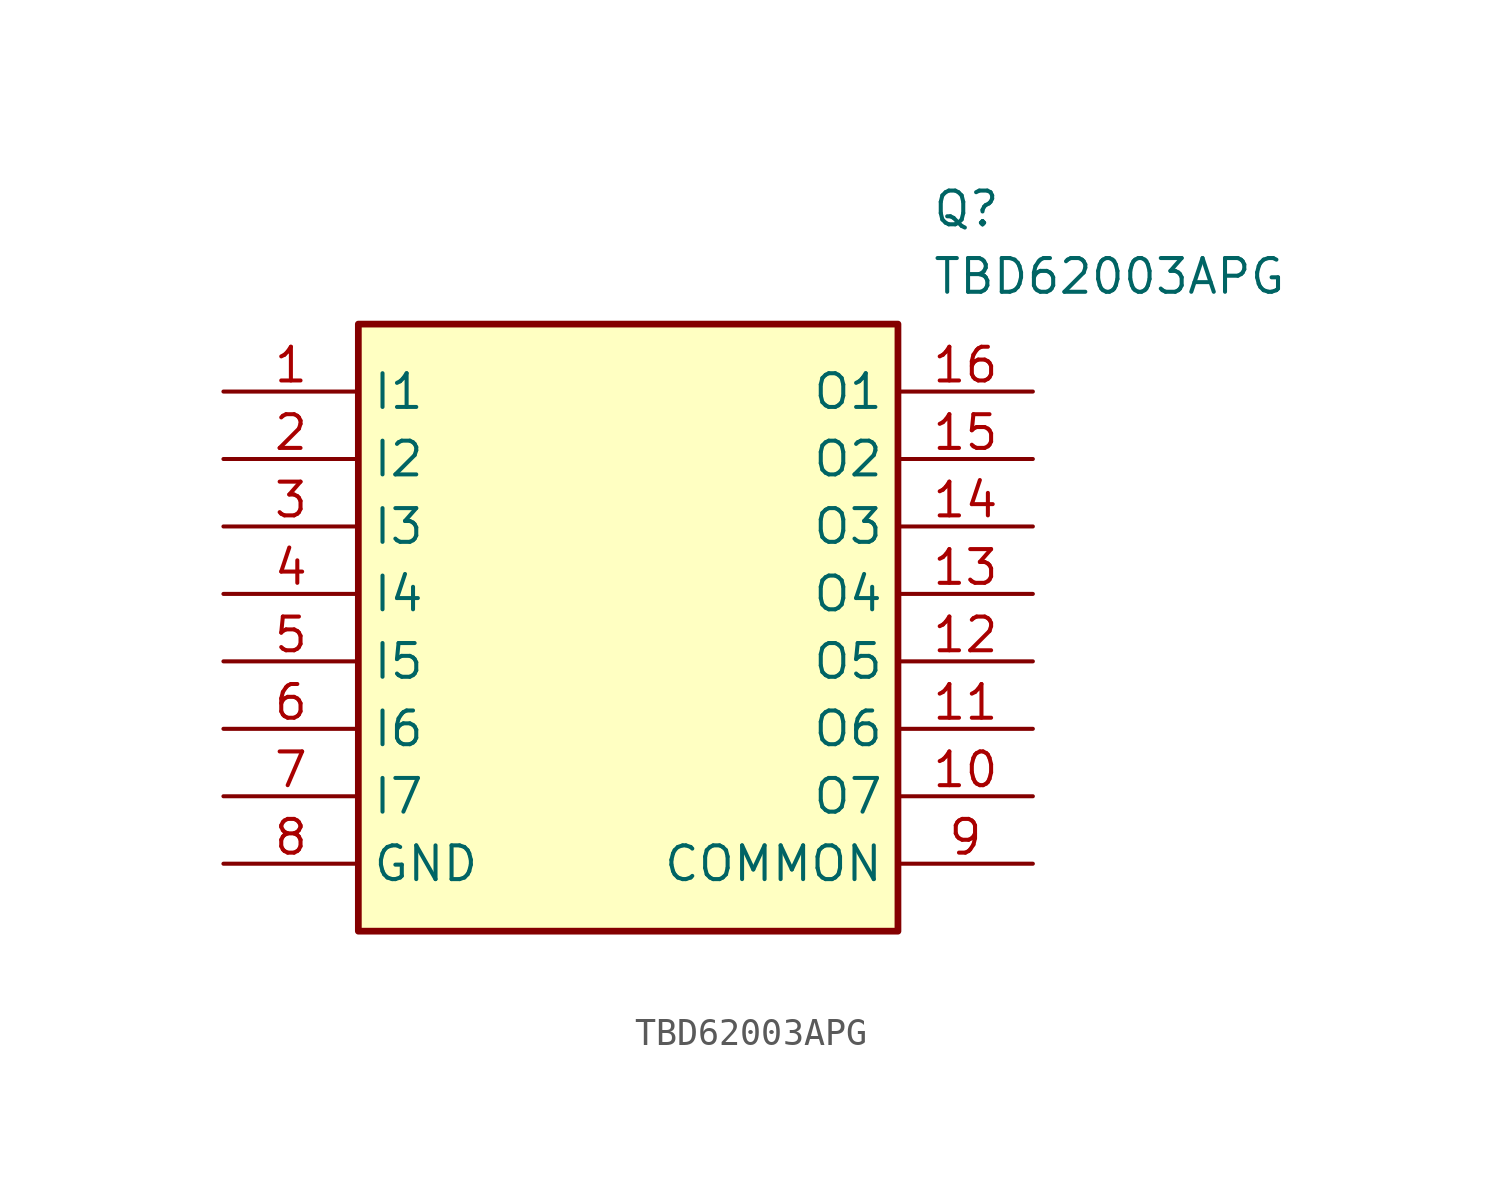
<source format=kicad_sym>
(kicad_symbol_lib
  (version 20211014)
  (generator SamacSys_ECAD_Model)
  (symbol "TBD62003APG"
    (property "Reference" "Q"
      (at 26.67 7.62 0)
      (effects (font (size 1.27 1.27)) (justify left top)))
    (property "Value" "TBD62003APG"
      (at 26.67 5.08 0)
      (effects (font (size 1.27 1.27)) (justify left top)))
    (rectangle
      (start 5.08 2.54)
      (end 25.4 -20.32)
      (stroke (width 0.254) (type default))
      (fill (type background)))
    (pin passive line
      (at 0 0 0)
      (length 5.08)
      (name "I1" (effects (font (size 1.27 1.27))))
      (number "1" (effects (font (size 1.27 1.27)))))
    (pin passive line
      (at 0 -2.54 0)
      (length 5.08)
      (name "I2" (effects (font (size 1.27 1.27))))
      (number "2" (effects (font (size 1.27 1.27)))))
    (pin passive line
      (at 0 -5.08 0)
      (length 5.08)
      (name "I3" (effects (font (size 1.27 1.27))))
      (number "3" (effects (font (size 1.27 1.27)))))
    (pin passive line
      (at 0 -7.62 0)
      (length 5.08)
      (name "I4" (effects (font (size 1.27 1.27))))
      (number "4" (effects (font (size 1.27 1.27)))))
    (pin passive line
      (at 0 -10.16 0)
      (length 5.08)
      (name "I5" (effects (font (size 1.27 1.27))))
      (number "5" (effects (font (size 1.27 1.27)))))
    (pin passive line
      (at 0 -12.7 0)
      (length 5.08)
      (name "I6" (effects (font (size 1.27 1.27))))
      (number "6" (effects (font (size 1.27 1.27)))))
    (pin passive line
      (at 0 -15.24 0)
      (length 5.08)
      (name "I7" (effects (font (size 1.27 1.27))))
      (number "7" (effects (font (size 1.27 1.27)))))
    (pin passive line
      (at 0 -17.78 0)
      (length 5.08)
      (name "GND" (effects (font (size 1.27 1.27))))
      (number "8" (effects (font (size 1.27 1.27)))))
    (pin passive line
      (at 30.48 0 180)
      (length 5.08)
      (name "O1" (effects (font (size 1.27 1.27))))
      (number "16" (effects (font (size 1.27 1.27)))))
    (pin passive line
      (at 30.48 -2.54 180)
      (length 5.08)
      (name "O2" (effects (font (size 1.27 1.27))))
      (number "15" (effects (font (size 1.27 1.27)))))
    (pin passive line
      (at 30.48 -5.08 180)
      (length 5.08)
      (name "O3" (effects (font (size 1.27 1.27))))
      (number "14" (effects (font (size 1.27 1.27)))))
    (pin passive line
      (at 30.48 -7.62 180)
      (length 5.08)
      (name "O4" (effects (font (size 1.27 1.27))))
      (number "13" (effects (font (size 1.27 1.27)))))
    (pin passive line
      (at 30.48 -10.16 180)
      (length 5.08)
      (name "O5" (effects (font (size 1.27 1.27))))
      (number "12" (effects (font (size 1.27 1.27)))))
    (pin passive line
      (at 30.48 -12.7 180)
      (length 5.08)
      (name "O6" (effects (font (size 1.27 1.27))))
      (number "11" (effects (font (size 1.27 1.27)))))
    (pin passive line
      (at 30.48 -15.24 180)
      (length 5.08)
      (name "O7" (effects (font (size 1.27 1.27))))
      (number "10" (effects (font (size 1.27 1.27)))))
    (pin passive line
      (at 30.48 -17.78 180)
      (length 5.08)
      (name "COMMON" (effects (font (size 1.27 1.27))))
      (number "9" (effects (font (size 1.27 1.27)))))))
</source>
